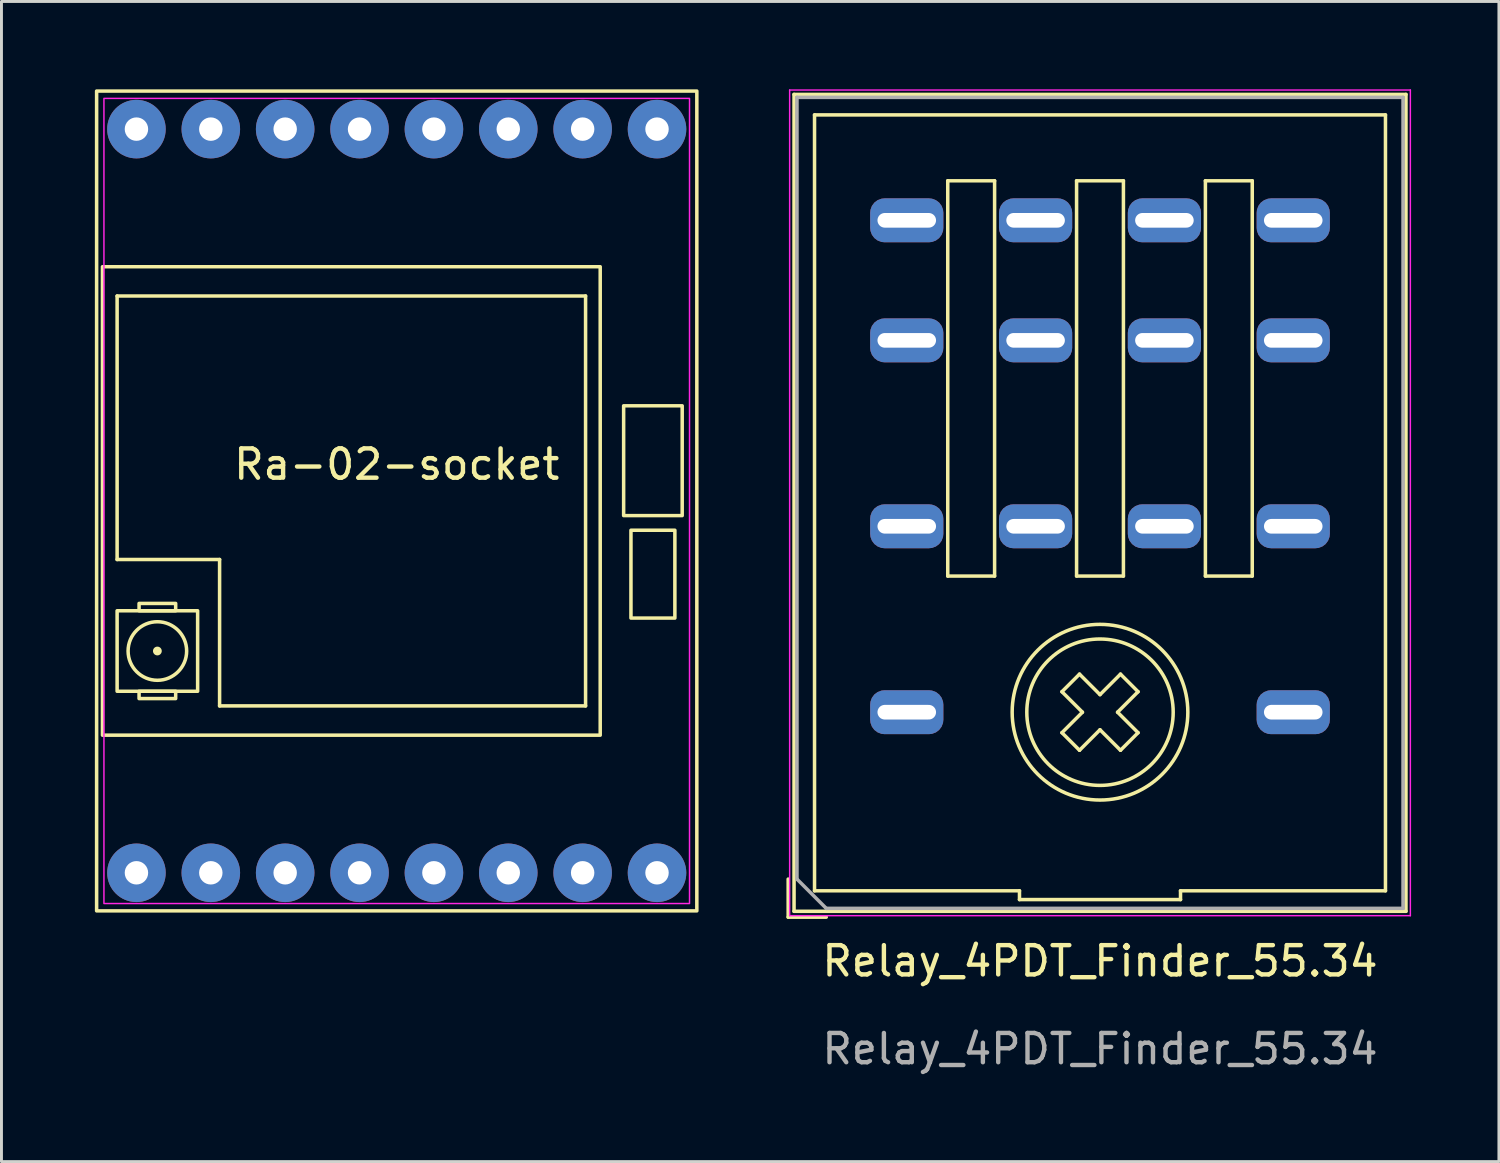
<source format=kicad_pcb>
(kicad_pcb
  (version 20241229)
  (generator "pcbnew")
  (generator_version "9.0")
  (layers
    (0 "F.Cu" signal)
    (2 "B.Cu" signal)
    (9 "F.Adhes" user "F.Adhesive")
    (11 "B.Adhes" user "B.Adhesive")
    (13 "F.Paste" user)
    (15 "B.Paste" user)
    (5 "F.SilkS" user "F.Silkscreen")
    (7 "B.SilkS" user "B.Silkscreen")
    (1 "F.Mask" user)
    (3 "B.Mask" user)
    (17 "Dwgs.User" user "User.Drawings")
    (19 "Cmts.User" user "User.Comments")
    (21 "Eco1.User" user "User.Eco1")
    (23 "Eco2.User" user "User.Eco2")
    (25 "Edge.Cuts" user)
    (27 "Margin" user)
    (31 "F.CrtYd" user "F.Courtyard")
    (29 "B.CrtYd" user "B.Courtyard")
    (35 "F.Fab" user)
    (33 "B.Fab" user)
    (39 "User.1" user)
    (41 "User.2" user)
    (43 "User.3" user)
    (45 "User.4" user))
  (footprint "Relay_4PDT_Finder_55.34"
    (layer "F.Cu")
    (at 34.52 14.125)
    (property "Reference" "Relay_4PDT_Finder_55.34" (at 0 15.65 0) (unlocked yes) (layer "F.SilkS") (effects (font (size 1 1) (thickness 0.15))))
    (attr through_hole)
    (fp_line (start -10.65 14.15) (end -10.65 12.85) (stroke (width 0.12) (type solid)) (layer "F.SilkS"))
    (fp_line (start -10.45 -13.95) (end 10.45 -13.95) (stroke (width 0.12) (type solid)) (layer "F.SilkS"))
    (fp_line (start -10.45 13.95) (end -10.45 -13.95) (stroke (width 0.12) (type solid)) (layer "F.SilkS"))
    (fp_line (start -9.75 -13.25) (end 9.75 -13.25) (stroke (width 0.12) (type default)) (layer "F.SilkS"))
    (fp_line (start -9.75 13.25) (end -9.75 -13.25) (stroke (width 0.12) (type default)) (layer "F.SilkS"))
    (fp_line (start -9.75 13.25) (end -2.75 13.25) (stroke (width 0.12) (type default)) (layer "F.SilkS"))
    (fp_line (start -9.35 14.15) (end -10.65 14.15) (stroke (width 0.12) (type solid)) (layer "F.SilkS"))
    (fp_line (start -5.2 -11) (end -3.6 -11) (stroke (width 0.12) (type default)) (layer "F.SilkS"))
    (fp_line (start -5.2 2.5) (end -5.2 -11) (stroke (width 0.12) (type default)) (layer "F.SilkS"))
    (fp_line (start -3.6 -11) (end -3.6 2.5) (stroke (width 0.12) (type default)) (layer "F.SilkS"))
    (fp_line (start -3.6 2.5) (end -5.2 2.5) (stroke (width 0.12) (type default)) (layer "F.SilkS"))
    (fp_line (start -2.75 13.25) (end -2.75 13.55) (stroke (width 0.12) (type default)) (layer "F.SilkS"))
    (fp_line (start -2.75 13.55) (end 2.75 13.55) (stroke (width 0.12) (type default)) (layer "F.SilkS"))
    (fp_line (start -1.3 7.85) (end -0.7 8.45) (stroke (width 0.12) (type default)) (layer "F.SilkS"))
    (fp_line (start -0.8 -11) (end 0.8 -11) (stroke (width 0.12) (type default)) (layer "F.SilkS"))
    (fp_line (start -0.8 2.5) (end -0.8 -11) (stroke (width 0.12) (type default)) (layer "F.SilkS"))
    (fp_line (start -0.7 5.85) (end -1.3 6.45) (stroke (width 0.12) (type default)) (layer "F.SilkS"))
    (fp_line (start -0.6 7.15) (end -1.3 6.45) (stroke (width 0.12) (type default)) (layer "F.SilkS"))
    (fp_line (start -0.6 7.15) (end -1.3 7.85) (stroke (width 0.12) (type default)) (layer "F.SilkS"))
    (fp_line (start 0 6.55) (end -0.7 5.85) (stroke (width 0.12) (type default)) (layer "F.SilkS"))
    (fp_line (start 0 6.55) (end 0.7 5.85) (stroke (width 0.12) (type default)) (layer "F.SilkS"))
    (fp_line (start 0 7.75) (end -0.7 8.45) (stroke (width 0.12) (type default)) (layer "F.SilkS"))
    (fp_line (start 0 7.75) (end 0.7 8.45) (stroke (width 0.12) (type default)) (layer "F.SilkS"))
    (fp_line (start 0.6 7.15) (end 1.3 7.85) (stroke (width 0.12) (type default)) (layer "F.SilkS"))
    (fp_line (start 0.7 8.45) (end 1.3 7.85) (stroke (width 0.12) (type default)) (layer "F.SilkS"))
    (fp_line (start 0.8 -11) (end 0.8 2.5) (stroke (width 0.12) (type default)) (layer "F.SilkS"))
    (fp_line (start 0.8 2.5) (end -0.8 2.5) (stroke (width 0.12) (type default)) (layer "F.SilkS"))
    (fp_line (start 1.3 6.45) (end 0.6 7.15) (stroke (width 0.12) (type default)) (layer "F.SilkS"))
    (fp_line (start 1.3 6.45) (end 0.7 5.85) (stroke (width 0.12) (type default)) (layer "F.SilkS"))
    (fp_line (start 2.75 13.25) (end 2.75 13.55) (stroke (width 0.12) (type default)) (layer "F.SilkS"))
    (fp_line (start 3.6 -11) (end 5.2 -11) (stroke (width 0.12) (type default)) (layer "F.SilkS"))
    (fp_line (start 3.6 2.5) (end 3.6 -11) (stroke (width 0.12) (type default)) (layer "F.SilkS"))
    (fp_line (start 5.2 -11) (end 5.2 2.5) (stroke (width 0.12) (type default)) (layer "F.SilkS"))
    (fp_line (start 5.2 2.5) (end 3.6 2.5) (stroke (width 0.12) (type default)) (layer "F.SilkS"))
    (fp_line (start 9.75 -13.25) (end 9.75 13.25) (stroke (width 0.12) (type default)) (layer "F.SilkS"))
    (fp_line (start 9.75 13.25) (end 2.75 13.25) (stroke (width 0.12) (type default)) (layer "F.SilkS"))
    (fp_line (start 10.45 13.95) (end -10.45 13.95) (stroke (width 0.12) (type solid)) (layer "F.SilkS"))
    (fp_line (start 10.45 13.95) (end 10.45 -13.95) (stroke (width 0.12) (type solid)) (layer "F.SilkS"))
    (fp_circle (center 0 7.15) (end 2.5 7.15) (stroke (width 0.12) (type default)) (fill no) (layer "F.SilkS"))
    (fp_circle (center 0 7.15) (end 3 7.15) (stroke (width 0.12) (type default)) (fill no) (layer "F.SilkS"))
    (fp_line (start -10.6 -14.1) (end -10.6 14.1) (stroke (width 0.05) (type solid)) (layer "F.CrtYd"))
    (fp_line (start -10.6 -14.1) (end 10.6 -14.1) (stroke (width 0.05) (type solid)) (layer "F.CrtYd"))
    (fp_line (start 10.6 14.1) (end -10.6 14.1) (stroke (width 0.05) (type solid)) (layer "F.CrtYd"))
    (fp_line (start 10.6 14.1) (end 10.6 -14.1) (stroke (width 0.05) (type solid)) (layer "F.CrtYd"))
    (fp_line (start -10.35 -13.85) (end 10.35 -13.85) (stroke (width 0.12) (type solid)) (layer "F.Fab"))
    (fp_line (start -10.35 12.85) (end -10.35 -13.85) (stroke (width 0.12) (type solid)) (layer "F.Fab"))
    (fp_line (start -9.35 13.85) (end -10.35 12.85) (stroke (width 0.12) (type solid)) (layer "F.Fab"))
    (fp_line (start 10.35 -13.85) (end 10.35 13.85) (stroke (width 0.12) (type solid)) (layer "F.Fab"))
    (fp_line (start 10.35 13.85) (end -9.35 13.85) (stroke (width 0.12) (type solid)) (layer "F.Fab"))
    (fp_text user "${REFERENCE}" (at 0 18.65 0) (unlocked yes) (layer "F.Fab") (effects (font (size 1 1) (thickness 0.15))))
    (pad "11" thru_hole roundrect (at 6.6 0.8) (size 2.5 1.5) (drill oval 2 0.5) (layers "*.Cu" "*.Mask") (roundrect_rratio 0.328))
    (pad "12" thru_hole roundrect (at 6.6 -9.65) (size 2.5 1.5) (drill oval 2 0.5) (layers "*.Cu" "*.Mask") (roundrect_rratio 0.328))
    (pad "14" thru_hole roundrect (at 6.6 -5.55) (size 2.5 1.5) (drill oval 2 0.5) (layers "*.Cu" "*.Mask") (roundrect_rratio 0.328))
    (pad "21" thru_hole roundrect (at 2.2 0.8) (size 2.5 1.5) (drill oval 2 0.5) (layers "*.Cu" "*.Mask") (roundrect_rratio 0.328))
    (pad "22" thru_hole roundrect (at 2.2 -9.65) (size 2.5 1.5) (drill oval 2 0.5) (layers "*.Cu" "*.Mask") (roundrect_rratio 0.328))
    (pad "24" thru_hole roundrect (at 2.2 -5.55) (size 2.5 1.5) (drill oval 2 0.5) (layers "*.Cu" "*.Mask") (roundrect_rratio 0.328))
    (pad "31" thru_hole roundrect (at -2.2 0.8) (size 2.5 1.5) (drill oval 2 0.5) (layers "*.Cu" "*.Mask") (roundrect_rratio 0.328))
    (pad "32" thru_hole roundrect (at -2.2 -9.65) (size 2.5 1.5) (drill oval 2 0.5) (layers "*.Cu" "*.Mask") (roundrect_rratio 0.328))
    (pad "34" thru_hole roundrect (at -2.2 -5.55) (size 2.5 1.5) (drill oval 2 0.5) (layers "*.Cu" "*.Mask") (roundrect_rratio 0.328))
    (pad "41" thru_hole roundrect (at -6.6 0.8) (size 2.5 1.5) (drill oval 2 0.5) (layers "*.Cu" "*.Mask") (roundrect_rratio 0.328))
    (pad "42" thru_hole roundrect (at -6.6 -9.65) (size 2.5 1.5) (drill oval 2 0.5) (layers "*.Cu" "*.Mask") (roundrect_rratio 0.328))
    (pad "44" thru_hole roundrect (at -6.6 -5.55) (size 2.5 1.5) (drill oval 2 0.5) (layers "*.Cu" "*.Mask") (roundrect_rratio 0.328))
    (pad "A1" thru_hole roundrect (at 6.6 7.15) (size 2.5 1.5) (drill oval 2 0.5) (layers "*.Cu" "*.Mask") (roundrect_rratio 0.328))
    (pad "A2" thru_hole roundrect (at -6.6 7.15) (size 2.5 1.5) (drill oval 2 0.5) (layers "*.Cu" "*.Mask") (roundrect_rratio 0.328)))
  (footprint "Ra-02-socket"
    (layer "F.Cu")
    (at 0.25 28.06)
    (property "Reference" "Ra-02-socket" (at 10.25 -15.25 180) (layer "F.SilkS") (effects (font (size 1 1) (thickness 0.15))))
    (fp_line (start 0.7 -21) (end 0.7 -12) (stroke (width 0.12) (type solid)) (layer "F.SilkS"))
    (fp_line (start 0.7 -21) (end 16.7 -21) (stroke (width 0.12) (type solid)) (layer "F.SilkS"))
    (fp_line (start 0.7 -12) (end 4.2 -12) (stroke (width 0.12) (type solid)) (layer "F.SilkS"))
    (fp_line (start 2.075 -8.875) (end 2.075 -8.875) (stroke (width 0.3) (type solid)) (layer "F.SilkS"))
    (fp_line (start 4.2 -12) (end 4.2 -7) (stroke (width 0.12) (type solid)) (layer "F.SilkS"))
    (fp_line (start 16.7 -21) (end 16.7 -7) (stroke (width 0.12) (type solid)) (layer "F.SilkS"))
    (fp_line (start 16.7 -7) (end 4.2 -7) (stroke (width 0.12) (type solid)) (layer "F.SilkS"))
    (fp_rect (start 0 0) (end 20.5 -28) (stroke (width 0.12) (type solid)) (fill no) (layer "F.SilkS"))
    (fp_rect (start 0.2 -22) (end 17.2 -6) (stroke (width 0.12) (type solid)) (fill no) (layer "F.SilkS"))
    (fp_rect (start 0.7 -7.5) (end 3.45 -10.25) (stroke (width 0.12) (type solid)) (fill no) (layer "F.SilkS"))
    (fp_rect (start 2.7 -10.25) (end 1.45 -10.5) (stroke (width 0.12) (type solid)) (fill no) (layer "F.SilkS"))
    (fp_rect (start 2.7 -7.25) (end 1.45 -7.5) (stroke (width 0.12) (type solid)) (fill no) (layer "F.SilkS"))
    (fp_rect (start 18.25 -13) (end 19.75 -10) (stroke (width 0.12) (type solid)) (fill no) (layer "F.SilkS"))
    (fp_rect (start 20 -17.25) (end 18 -13.5) (stroke (width 0.12) (type solid)) (fill no) (layer "F.SilkS"))
    (fp_circle (center 2.075 -8.875) (end 3.075 -8.875) (stroke (width 0.12) (type solid)) (fill no) (layer "F.SilkS"))
    (fp_rect (start 0.25 -27.75) (end 20.25 -0.25) (stroke (width 0.05) (type solid)) (fill no) (layer "F.CrtYd"))
    (pad "1" thru_hole circle (at 1.36 -1.3) (size 2 2) (drill 0.8) (layers "*.Cu" "*.Mask"))
    (pad "2" thru_hole circle (at 3.9 -1.3) (size 2 2) (drill 0.8) (layers "*.Cu" "*.Mask"))
    (pad "3" thru_hole circle (at 6.44 -1.3) (size 2 2) (drill 0.8) (layers "*.Cu" "*.Mask"))
    (pad "4" thru_hole circle (at 8.98 -1.3) (size 2 2) (drill 0.8) (layers "*.Cu" "*.Mask"))
    (pad "5" thru_hole circle (at 11.52 -1.3) (size 2 2) (drill 0.8) (layers "*.Cu" "*.Mask"))
    (pad "6" thru_hole circle (at 14.06 -1.3) (size 2 2) (drill 0.8) (layers "*.Cu" "*.Mask"))
    (pad "7" thru_hole circle (at 16.6 -1.3) (size 2 2) (drill 0.8) (layers "*.Cu" "*.Mask"))
    (pad "8" thru_hole circle (at 19.14 -1.3) (size 2 2) (drill 0.8) (layers "*.Cu" "*.Mask"))
    (pad "9" thru_hole circle (at 19.14 -26.7) (size 2 2) (drill 0.8) (layers "*.Cu" "*.Mask"))
    (pad "10" thru_hole circle (at 16.6 -26.7) (size 2 2) (drill 0.8) (layers "*.Cu" "*.Mask"))
    (pad "11" thru_hole circle (at 14.06 -26.7) (size 2 2) (drill 0.8) (layers "*.Cu" "*.Mask"))
    (pad "12" thru_hole circle (at 11.52 -26.7) (size 2 2) (drill 0.8) (layers "*.Cu" "*.Mask"))
    (pad "13" thru_hole circle (at 8.98 -26.7) (size 2 2) (drill 0.8) (layers "*.Cu" "*.Mask"))
    (pad "14" thru_hole circle (at 6.44 -26.7) (size 2 2) (drill 0.8) (layers "*.Cu" "*.Mask"))
    (pad "15" thru_hole circle (at 3.9 -26.7) (size 2 2) (drill 0.8) (layers "*.Cu" "*.Mask"))
    (pad "16" thru_hole circle (at 1.36 -26.7) (size 2 2) (drill 0.8) (layers "*.Cu" "*.Mask")))
  (gr_rect
    (start -3 -3)
    (end 48.145 36.623)
    (stroke (width 0.1) (type default))
    (fill no)
    (layer "Edge.Cuts")))
</source>
